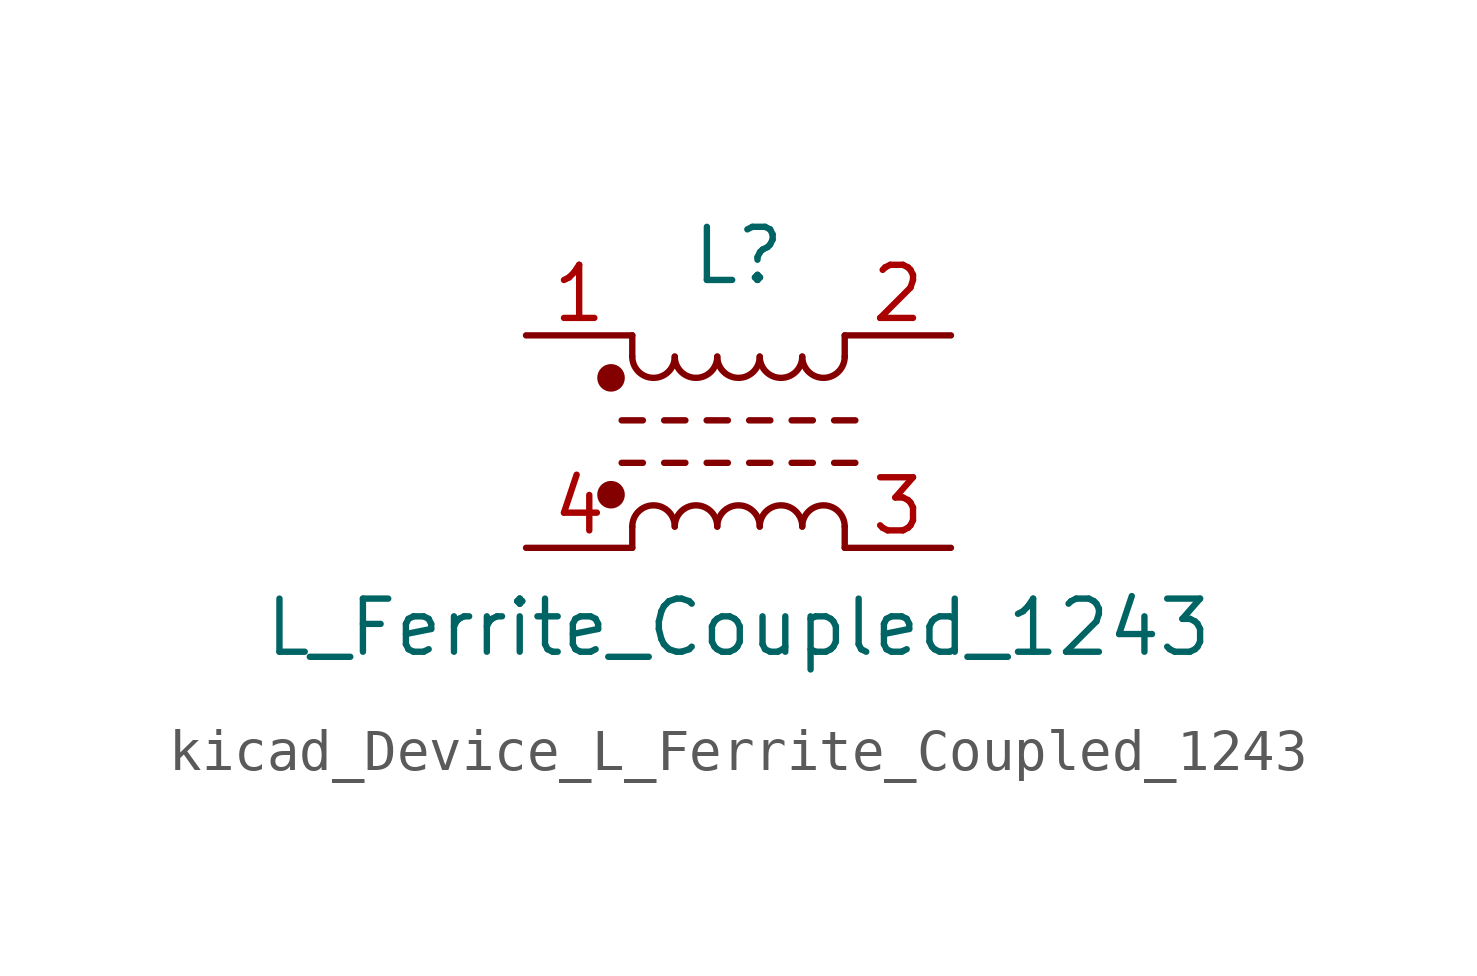
<source format=kicad_sym>
(kicad_symbol_lib
  (version 20220914)
  (generator kicad_symbol_editor)
  (symbol "kicad_Device_L_Ferrite_Coupled_1243"
    (pin_names
      (offset 0.254) hide)
    (property "Reference" "L"
      (at 0 4.445 0)
      (effects (font (size 1.27 1.27))))
    (property "Value" "L_Ferrite_Coupled_1243"
      (at 0 -4.445 0)
      (effects (font (size 1.27 1.27))))
    (symbol "kicad_Device_L_Ferrite_Coupled_1243_0_1"
      (circle (center -3.048 -1.27) (radius 0.254) (stroke (width 0) (type default)) (fill (type outline)))
      (circle (center -3.048 1.524) (radius 0.254) (stroke (width 0) (type default)) (fill (type outline)))
      (arc (start -2.54 2.032) (mid -2.032 1.5262) (end -1.524 2.032) (stroke (width 0) (type default)) (fill (type none)))
      (arc (start -1.524 -2.032) (mid -2.032 -1.5262) (end -2.54 -2.032) (stroke (width 0) (type default)) (fill (type none)))
      (arc (start -1.524 2.032) (mid -1.016 1.5262) (end -0.508 2.032) (stroke (width 0) (type default)) (fill (type none)))
      (arc (start -0.508 -2.032) (mid -1.016 -1.5262) (end -1.524 -2.032) (stroke (width 0) (type default)) (fill (type none)))
      (arc (start -0.508 2.032) (mid 0 1.5262) (end 0.508 2.032) (stroke (width 0) (type default)) (fill (type none)))
      (polyline (pts (xy -2.794 -0.508) (xy -2.286 -0.508)) (stroke (width 0) (type default)) (fill (type none)))
      (polyline (pts (xy -2.794 0.508) (xy -2.286 0.508)) (stroke (width 0) (type default)) (fill (type none)))
      (polyline (pts (xy -2.54 -2.032) (xy -2.54 -2.54)) (stroke (width 0) (type default)) (fill (type none)))
      (polyline (pts (xy -2.54 2.032) (xy -2.54 2.54)) (stroke (width 0) (type default)) (fill (type none)))
      (polyline (pts (xy -1.778 -0.508) (xy -1.27 -0.508)) (stroke (width 0) (type default)) (fill (type none)))
      (polyline (pts (xy -1.778 0.508) (xy -1.27 0.508)) (stroke (width 0) (type default)) (fill (type none)))
      (polyline (pts (xy -0.762 -0.508) (xy -0.254 -0.508)) (stroke (width 0) (type default)) (fill (type none)))
      (polyline (pts (xy -0.762 0.508) (xy -0.254 0.508)) (stroke (width 0) (type default)) (fill (type none)))
      (polyline (pts (xy 0.254 -0.508) (xy 0.762 -0.508)) (stroke (width 0) (type default)) (fill (type none)))
      (polyline (pts (xy 0.254 0.508) (xy 0.762 0.508)) (stroke (width 0) (type default)) (fill (type none)))
      (polyline (pts (xy 1.27 -0.508) (xy 1.778 -0.508)) (stroke (width 0) (type default)) (fill (type none)))
      (polyline (pts (xy 1.27 0.508) (xy 1.778 0.508)) (stroke (width 0) (type default)) (fill (type none)))
      (polyline (pts (xy 2.286 -0.508) (xy 2.794 -0.508)) (stroke (width 0) (type default)) (fill (type none)))
      (polyline (pts (xy 2.286 0.508) (xy 2.794 0.508)) (stroke (width 0) (type default)) (fill (type none)))
      (polyline (pts (xy 2.54 -2.032) (xy 2.54 -2.54)) (stroke (width 0) (type default)) (fill (type none)))
      (polyline (pts (xy 2.54 2.54) (xy 2.54 2.032)) (stroke (width 0) (type default)) (fill (type none)))
      (arc (start 0.508 -2.032) (mid 0 -1.5262) (end -0.508 -2.032) (stroke (width 0) (type default)) (fill (type none)))
      (arc (start 0.508 2.032) (mid 1.016 1.5262) (end 1.524 2.032) (stroke (width 0) (type default)) (fill (type none)))
      (arc (start 1.524 -2.032) (mid 1.016 -1.5262) (end 0.508 -2.032) (stroke (width 0) (type default)) (fill (type none)))
      (arc (start 1.524 2.032) (mid 2.032 1.5262) (end 2.54 2.032) (stroke (width 0) (type default)) (fill (type none)))
      (arc (start 2.54 -2.032) (mid 2.032 -1.5262) (end 1.524 -2.032) (stroke (width 0) (type default)) (fill (type none))))
    (symbol "kicad_Device_L_Ferrite_Coupled_1243_1_1"
      (pin passive line (at -5.08 2.54 0) (length 2.54) (name "1" (effects (font (size 1.27 1.27)))) (number "1" (effects (font (size 1.27 1.27)))))
      (pin passive line (at 5.08 2.54 180) (length 2.54) (name "2" (effects (font (size 1.27 1.27)))) (number "2" (effects (font (size 1.27 1.27)))))
      (pin passive line (at 5.08 -2.54 180) (length 2.54) (name "3" (effects (font (size 1.27 1.27)))) (number "3" (effects (font (size 1.27 1.27)))))
      (pin passive line (at -5.08 -2.54 0) (length 2.54) (name "4" (effects (font (size 1.27 1.27)))) (number "4" (effects (font (size 1.27 1.27))))))))
</source>
